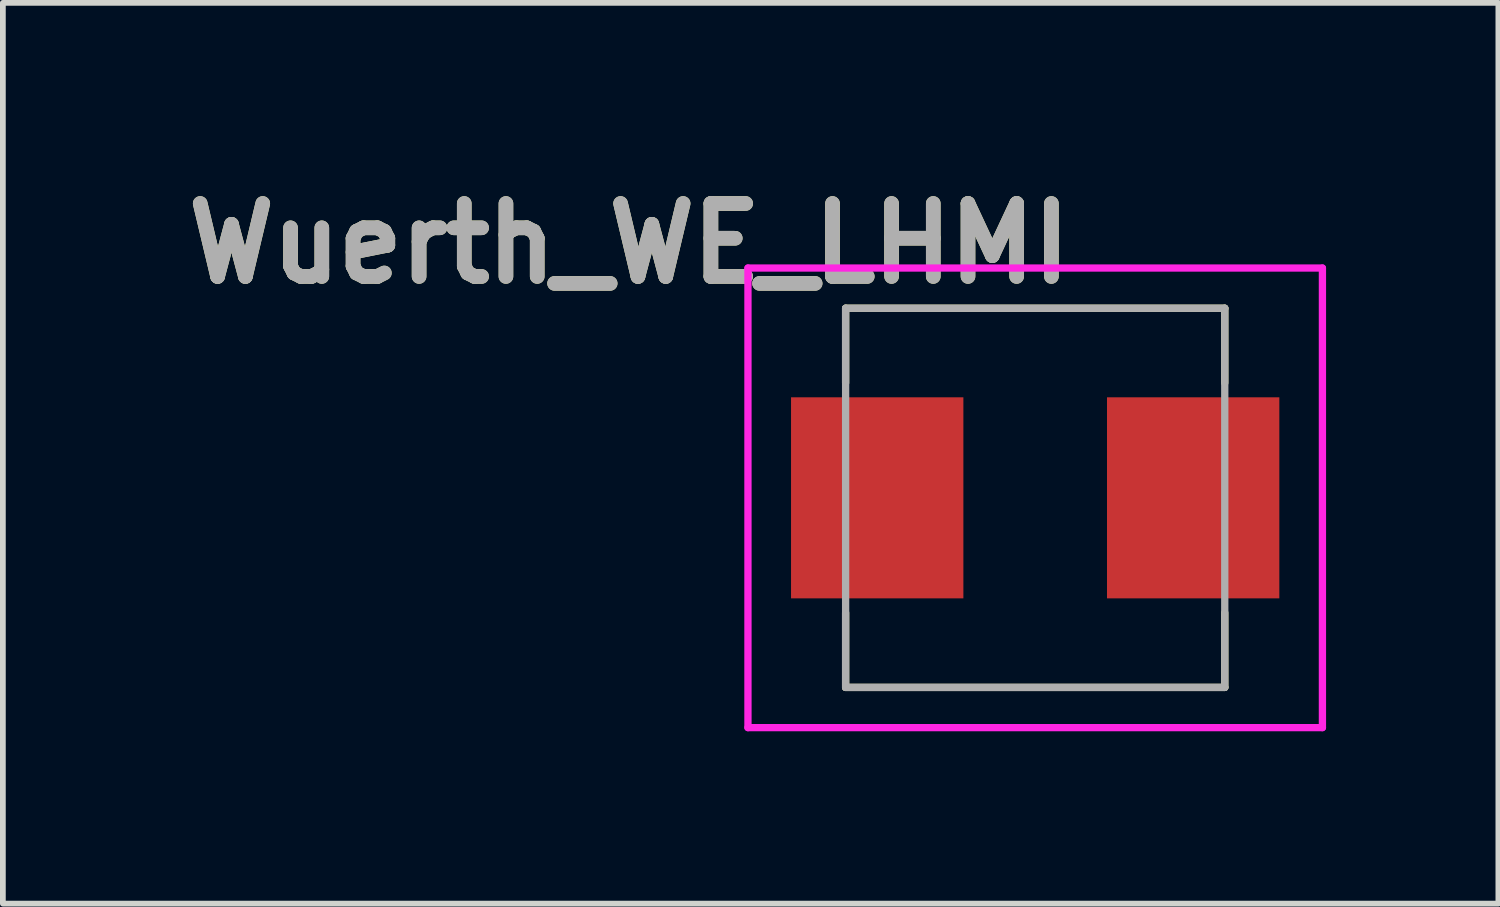
<source format=kicad_pcb>
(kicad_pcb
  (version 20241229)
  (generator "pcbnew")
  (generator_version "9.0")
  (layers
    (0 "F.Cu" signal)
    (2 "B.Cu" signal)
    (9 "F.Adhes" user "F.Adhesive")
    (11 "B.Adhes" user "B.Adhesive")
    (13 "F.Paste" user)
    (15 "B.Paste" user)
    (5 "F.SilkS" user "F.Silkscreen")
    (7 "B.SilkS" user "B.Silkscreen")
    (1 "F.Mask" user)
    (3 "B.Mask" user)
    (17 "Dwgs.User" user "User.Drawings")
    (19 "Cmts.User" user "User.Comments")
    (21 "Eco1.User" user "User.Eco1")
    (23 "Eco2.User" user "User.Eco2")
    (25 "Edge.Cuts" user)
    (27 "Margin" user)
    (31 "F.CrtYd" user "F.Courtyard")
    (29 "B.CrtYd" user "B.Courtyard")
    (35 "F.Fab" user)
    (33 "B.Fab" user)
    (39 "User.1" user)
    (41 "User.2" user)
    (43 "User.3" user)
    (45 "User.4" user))
  (footprint "Wuerth_WE_LHMI"
    (layer "F.Cu")
    (at 14.97 5.616)
    (property "Reference" "Wuerth_WE_LHMI" (at -7.066 -4.428 0) (layer "F.SilkS") (effects (font (size 1.27 1.27) (thickness 0.254))))
    (attr smd)
    (fp_line (start -3.3 -3.3) (end 3.3 -3.3) (stroke (width 0.127) (type solid)) (layer "F.SilkS"))
    (fp_line (start -3.3 -2) (end -3.3 -3.3) (stroke (width 0.127) (type solid)) (layer "F.SilkS"))
    (fp_line (start -3.3 2) (end -3.3 3.3) (stroke (width 0.127) (type solid)) (layer "F.SilkS"))
    (fp_line (start -3.3 3.3) (end 3.3 3.3) (stroke (width 0.127) (type solid)) (layer "F.SilkS"))
    (fp_line (start 3.3 -3.3) (end 3.3 -2) (stroke (width 0.127) (type solid)) (layer "F.SilkS"))
    (fp_line (start 3.3 3.3) (end 3.3 2) (stroke (width 0.127) (type solid)) (layer "F.SilkS"))
    (fp_line (start -5 -4) (end -5 4) (stroke (width 0.127) (type solid)) (layer "F.CrtYd"))
    (fp_line (start -5 4) (end 5 4) (stroke (width 0.127) (type solid)) (layer "F.CrtYd"))
    (fp_line (start 5 -4) (end -5 -4) (stroke (width 0.127) (type solid)) (layer "F.CrtYd"))
    (fp_line (start 5 4) (end 5 -4) (stroke (width 0.127) (type solid)) (layer "F.CrtYd"))
    (fp_line (start -3.3 -3.3) (end -3.3 3.3) (stroke (width 0.127) (type solid)) (layer "F.Fab"))
    (fp_line (start -3.3 3.3) (end 3.3 3.3) (stroke (width 0.127) (type solid)) (layer "F.Fab"))
    (fp_line (start 3.3 -3.3) (end -3.3 -3.3) (stroke (width 0.127) (type solid)) (layer "F.Fab"))
    (fp_line (start 3.3 3.3) (end 3.3 -3.3) (stroke (width 0.127) (type solid)) (layer "F.Fab"))
    (fp_text user "${REFERENCE}" (at -7.066 -4.428 0) (layer "F.Fab") (effects (font (size 1.27 1.27) (thickness 0.254))))
    (pad "1" smd rect (at -2.75 0) (size 3 3.5) (layers "F.Cu" "F.Mask" "F.Paste"))
    (pad "2" smd rect (at 2.75 0) (size 3 3.5) (layers "F.Cu" "F.Mask" "F.Paste")))
  (gr_rect
    (start -3 -3)
    (end 23.033 12.68)
    (stroke (width 0.1) (type default))
    (fill no)
    (layer "Edge.Cuts")))
</source>
